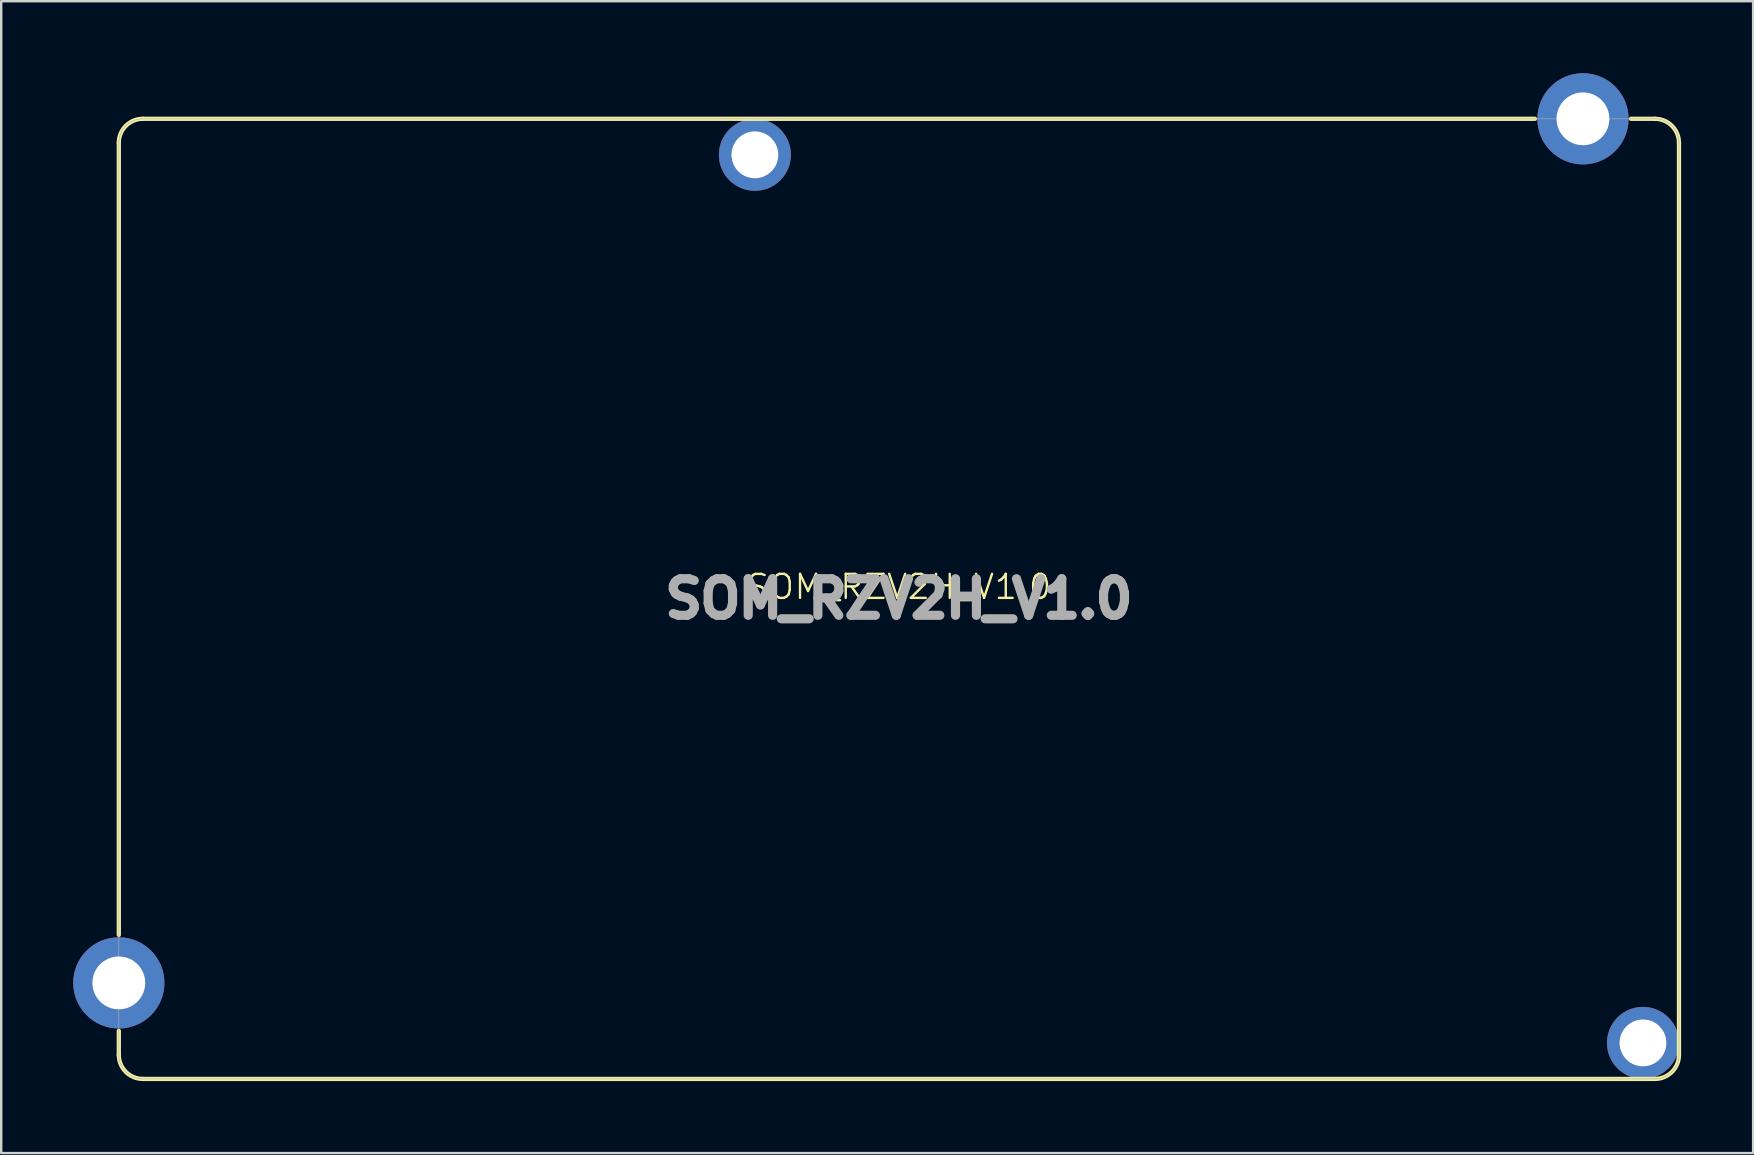
<source format=kicad_pcb>
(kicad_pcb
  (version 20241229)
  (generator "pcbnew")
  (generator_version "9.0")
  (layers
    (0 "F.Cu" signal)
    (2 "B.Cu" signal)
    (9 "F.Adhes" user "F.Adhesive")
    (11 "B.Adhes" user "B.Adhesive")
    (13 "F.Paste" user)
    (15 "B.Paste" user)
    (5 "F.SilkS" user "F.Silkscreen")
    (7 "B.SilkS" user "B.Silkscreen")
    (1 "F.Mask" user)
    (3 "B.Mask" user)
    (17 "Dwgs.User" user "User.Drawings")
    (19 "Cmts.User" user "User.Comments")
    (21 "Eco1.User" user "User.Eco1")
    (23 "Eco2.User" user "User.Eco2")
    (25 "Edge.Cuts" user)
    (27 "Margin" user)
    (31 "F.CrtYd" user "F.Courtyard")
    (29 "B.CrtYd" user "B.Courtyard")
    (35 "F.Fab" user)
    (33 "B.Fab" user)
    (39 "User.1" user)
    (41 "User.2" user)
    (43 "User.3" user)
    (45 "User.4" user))
  (footprint "SOM_RZV2H_V1.0"
    (layer "F.Cu")
    (at 34.4 21.9)
    (property "Reference" "SOM_RZV2H_V1.0" (at 0 -0.5 0) (unlocked yes) (layer "F.SilkS") (effects (font (size 1 1) (thickness 0.1))))
    (attr through_hole)
    (fp_line (start -32.5 14) (end -32.5 -19) (stroke (width 0.178) (type solid)) (layer "F.SilkS"))
    (fp_line (start -32.5 19) (end -32.5 18) (stroke (width 0.178) (type solid)) (layer "F.SilkS"))
    (fp_line (start -31.5 -20) (end 26.5 -20) (stroke (width 0.178) (type solid)) (layer "F.SilkS"))
    (fp_line (start 31.5 -20) (end 30.5 -20) (stroke (width 0.178) (type solid)) (layer "F.SilkS"))
    (fp_line (start 31.5 20) (end -31.5 20) (stroke (width 0.178) (type solid)) (layer "F.SilkS"))
    (fp_line (start 32.5 -19) (end 32.5 19) (stroke (width 0.178) (type solid)) (layer "F.SilkS"))
    (fp_arc (start -32.5 -19) (mid -32.207107 -19.707107) (end -31.5 -20) (stroke (width 0.1778) (type solid)) (layer "F.SilkS"))
    (fp_arc (start -31.5 20) (mid -32.207107 19.707107) (end -32.5 19) (stroke (width 0.1778) (type solid)) (layer "F.SilkS"))
    (fp_arc (start 31.5 -20) (mid 32.207107 -19.707107) (end 32.5 -19) (stroke (width 0.1778) (type solid)) (layer "F.SilkS"))
    (fp_arc (start 32.5 19) (mid 32.207107 19.707107) (end 31.5 20) (stroke (width 0.1778) (type solid)) (layer "F.SilkS"))
    (fp_line (start -32.5 -19) (end -32.5 19) (stroke (width 0.025) (type solid)) (layer "F.Fab"))
    (fp_line (start -31.5 -20) (end 31.5 -20) (stroke (width 0.025) (type solid)) (layer "F.Fab"))
    (fp_line (start -31.5 20) (end 31.5 20) (stroke (width 0.025) (type solid)) (layer "F.Fab"))
    (fp_line (start 32.5 -19) (end 32.5 19) (stroke (width 0.025) (type solid)) (layer "F.Fab"))
    (fp_arc (start -32.499999 -18.999998) (mid -32.207106 -19.707105) (end -31.499999 -19.999998) (stroke (width 0.0254) (type solid)) (layer "F.Fab"))
    (fp_arc (start -31.499999 19.999999) (mid -32.207106 19.707106) (end -32.499999 18.999999) (stroke (width 0.0254) (type solid)) (layer "F.Fab"))
    (fp_arc (start 31.499999 -19.999999) (mid 32.207106 -19.707106) (end 32.499999 -18.999999) (stroke (width 0.0254) (type solid)) (layer "F.Fab"))
    (fp_arc (start 32.499999 18.999999) (mid 32.207106 19.707106) (end 31.499999 19.999999) (stroke (width 0.0254) (type solid)) (layer "F.Fab"))
    (fp_text user "${REFERENCE}" (at 0 0 0) (unlocked yes) (layer "F.Fab") (effects (font (size 1.524 1.524) (thickness 0.381) (bold yes))))
    (pad "SH" thru_hole circle (at -32.5 16) (size 3.8 3.8) (drill 2.2) (layers "*.Cu" "*.Mask"))
    (pad "SH" thru_hole circle (at -6 -18.5) (size 3 3) (drill 1.95) (layers "*.Cu" "*.Mask"))
    (pad "SH" thru_hole circle (at 28.5 -20) (size 3.8 3.8) (drill 2.2) (layers "*.Cu" "*.Mask"))
    (pad "SH" thru_hole circle (at 31 18.5) (size 3 3) (drill 1.95) (layers "*.Cu" "*.Mask")))
  (gr_rect
    (start -3 -3)
    (end 69.989 44.989)
    (stroke (width 0.1) (type default))
    (fill no)
    (layer "Edge.Cuts")))
</source>
